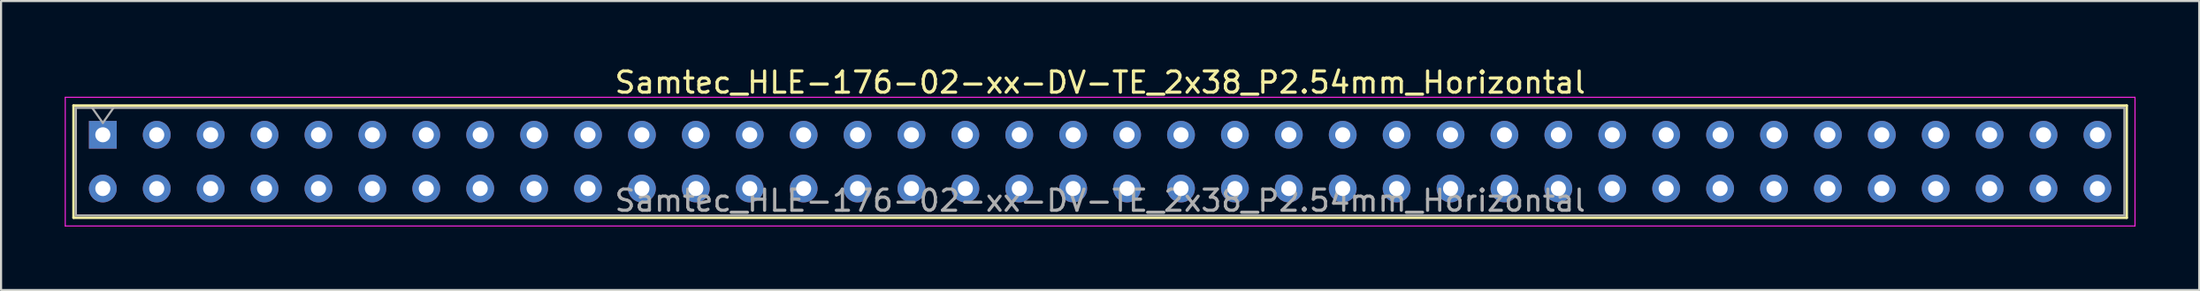
<source format=kicad_pcb>
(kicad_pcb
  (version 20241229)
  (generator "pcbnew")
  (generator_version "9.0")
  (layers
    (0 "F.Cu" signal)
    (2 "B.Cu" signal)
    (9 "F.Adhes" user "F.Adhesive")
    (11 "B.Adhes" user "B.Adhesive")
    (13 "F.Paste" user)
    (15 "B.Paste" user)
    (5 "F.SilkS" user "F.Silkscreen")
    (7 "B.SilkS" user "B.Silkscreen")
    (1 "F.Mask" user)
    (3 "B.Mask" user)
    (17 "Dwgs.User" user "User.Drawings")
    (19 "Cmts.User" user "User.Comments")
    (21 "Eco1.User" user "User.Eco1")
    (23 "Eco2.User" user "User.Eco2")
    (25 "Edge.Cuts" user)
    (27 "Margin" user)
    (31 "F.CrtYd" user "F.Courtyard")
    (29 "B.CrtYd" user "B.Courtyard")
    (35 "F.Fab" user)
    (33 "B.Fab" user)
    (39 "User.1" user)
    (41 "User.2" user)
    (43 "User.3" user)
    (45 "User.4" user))
  (footprint "Samtec_HLE-176-02-xx-DV-TE_2x38_P2.54mm_Horizontal"
    (layer "F.Cu")
    (at 1.795 3.318)
    (property "Reference" "Samtec_HLE-176-02-xx-DV-TE_2x38_P2.54mm_Horizontal" (at 46.99 -2.47 0) (layer "F.SilkS") (effects (font (size 1 1) (thickness 0.15))))
    (attr through_hole)
    (fp_line (start -1.38 -1.38) (end 95.36 -1.38) (stroke (width 0.12) (type solid)) (layer "F.SilkS"))
    (fp_line (start -1.38 3.92) (end -1.38 -1.38) (stroke (width 0.12) (type solid)) (layer "F.SilkS"))
    (fp_line (start 95.36 -1.38) (end 95.36 3.92) (stroke (width 0.12) (type solid)) (layer "F.SilkS"))
    (fp_line (start 95.36 3.92) (end -1.38 3.92) (stroke (width 0.12) (type solid)) (layer "F.SilkS"))
    (fp_line (start -1.77 -1.77) (end 95.75 -1.77) (stroke (width 0.05) (type solid)) (layer "F.CrtYd"))
    (fp_line (start -1.77 4.31) (end -1.77 -1.77) (stroke (width 0.05) (type solid)) (layer "F.CrtYd"))
    (fp_line (start 95.75 -1.77) (end 95.75 4.31) (stroke (width 0.05) (type solid)) (layer "F.CrtYd"))
    (fp_line (start 95.75 4.31) (end -1.77 4.31) (stroke (width 0.05) (type solid)) (layer "F.CrtYd"))
    (fp_line (start -1.27 -1.27) (end 95.25 -1.27) (stroke (width 0.1) (type solid)) (layer "F.Fab"))
    (fp_line (start -1.27 3.81) (end -1.27 -1.27) (stroke (width 0.1) (type solid)) (layer "F.Fab"))
    (fp_line (start -0.5 -1.27) (end 0 -0.563) (stroke (width 0.1) (type solid)) (layer "F.Fab"))
    (fp_line (start 0 -0.563) (end 0.5 -1.27) (stroke (width 0.1) (type solid)) (layer "F.Fab"))
    (fp_line (start 95.25 -1.27) (end 95.25 3.81) (stroke (width 0.1) (type solid)) (layer "F.Fab"))
    (fp_line (start 95.25 3.81) (end -1.27 3.81) (stroke (width 0.1) (type solid)) (layer "F.Fab"))
    (fp_text user "${REFERENCE}" (at 46.99 3.11 0) (layer "F.Fab") (effects (font (size 1 1) (thickness 0.15))))
    (pad "1" thru_hole rect (at 0 0) (size 1.31 1.31) (drill 0.71) (layers "*.Cu" "*.Mask"))
    (pad "2" thru_hole circle (at 0 2.54) (size 1.31 1.31) (drill 0.71) (layers "*.Cu" "*.Mask"))
    (pad "3" thru_hole circle (at 2.54 0) (size 1.31 1.31) (drill 0.71) (layers "*.Cu" "*.Mask"))
    (pad "4" thru_hole circle (at 2.54 2.54) (size 1.31 1.31) (drill 0.71) (layers "*.Cu" "*.Mask"))
    (pad "5" thru_hole circle (at 5.08 0) (size 1.31 1.31) (drill 0.71) (layers "*.Cu" "*.Mask"))
    (pad "6" thru_hole circle (at 5.08 2.54) (size 1.31 1.31) (drill 0.71) (layers "*.Cu" "*.Mask"))
    (pad "7" thru_hole circle (at 7.62 0) (size 1.31 1.31) (drill 0.71) (layers "*.Cu" "*.Mask"))
    (pad "8" thru_hole circle (at 7.62 2.54) (size 1.31 1.31) (drill 0.71) (layers "*.Cu" "*.Mask"))
    (pad "9" thru_hole circle (at 10.16 0) (size 1.31 1.31) (drill 0.71) (layers "*.Cu" "*.Mask"))
    (pad "10" thru_hole circle (at 10.16 2.54) (size 1.31 1.31) (drill 0.71) (layers "*.Cu" "*.Mask"))
    (pad "11" thru_hole circle (at 12.7 0) (size 1.31 1.31) (drill 0.71) (layers "*.Cu" "*.Mask"))
    (pad "12" thru_hole circle (at 12.7 2.54) (size 1.31 1.31) (drill 0.71) (layers "*.Cu" "*.Mask"))
    (pad "13" thru_hole circle (at 15.24 0) (size 1.31 1.31) (drill 0.71) (layers "*.Cu" "*.Mask"))
    (pad "14" thru_hole circle (at 15.24 2.54) (size 1.31 1.31) (drill 0.71) (layers "*.Cu" "*.Mask"))
    (pad "15" thru_hole circle (at 17.78 0) (size 1.31 1.31) (drill 0.71) (layers "*.Cu" "*.Mask"))
    (pad "16" thru_hole circle (at 17.78 2.54) (size 1.31 1.31) (drill 0.71) (layers "*.Cu" "*.Mask"))
    (pad "17" thru_hole circle (at 20.32 0) (size 1.31 1.31) (drill 0.71) (layers "*.Cu" "*.Mask"))
    (pad "18" thru_hole circle (at 20.32 2.54) (size 1.31 1.31) (drill 0.71) (layers "*.Cu" "*.Mask"))
    (pad "19" thru_hole circle (at 22.86 0) (size 1.31 1.31) (drill 0.71) (layers "*.Cu" "*.Mask"))
    (pad "20" thru_hole circle (at 22.86 2.54) (size 1.31 1.31) (drill 0.71) (layers "*.Cu" "*.Mask"))
    (pad "21" thru_hole circle (at 25.4 0) (size 1.31 1.31) (drill 0.71) (layers "*.Cu" "*.Mask"))
    (pad "22" thru_hole circle (at 25.4 2.54) (size 1.31 1.31) (drill 0.71) (layers "*.Cu" "*.Mask"))
    (pad "23" thru_hole circle (at 27.94 0) (size 1.31 1.31) (drill 0.71) (layers "*.Cu" "*.Mask"))
    (pad "24" thru_hole circle (at 27.94 2.54) (size 1.31 1.31) (drill 0.71) (layers "*.Cu" "*.Mask"))
    (pad "25" thru_hole circle (at 30.48 0) (size 1.31 1.31) (drill 0.71) (layers "*.Cu" "*.Mask"))
    (pad "26" thru_hole circle (at 30.48 2.54) (size 1.31 1.31) (drill 0.71) (layers "*.Cu" "*.Mask"))
    (pad "27" thru_hole circle (at 33.02 0) (size 1.31 1.31) (drill 0.71) (layers "*.Cu" "*.Mask"))
    (pad "28" thru_hole circle (at 33.02 2.54) (size 1.31 1.31) (drill 0.71) (layers "*.Cu" "*.Mask"))
    (pad "29" thru_hole circle (at 35.56 0) (size 1.31 1.31) (drill 0.71) (layers "*.Cu" "*.Mask"))
    (pad "30" thru_hole circle (at 35.56 2.54) (size 1.31 1.31) (drill 0.71) (layers "*.Cu" "*.Mask"))
    (pad "31" thru_hole circle (at 38.1 0) (size 1.31 1.31) (drill 0.71) (layers "*.Cu" "*.Mask"))
    (pad "32" thru_hole circle (at 38.1 2.54) (size 1.31 1.31) (drill 0.71) (layers "*.Cu" "*.Mask"))
    (pad "33" thru_hole circle (at 40.64 0) (size 1.31 1.31) (drill 0.71) (layers "*.Cu" "*.Mask"))
    (pad "34" thru_hole circle (at 40.64 2.54) (size 1.31 1.31) (drill 0.71) (layers "*.Cu" "*.Mask"))
    (pad "35" thru_hole circle (at 43.18 0) (size 1.31 1.31) (drill 0.71) (layers "*.Cu" "*.Mask"))
    (pad "36" thru_hole circle (at 43.18 2.54) (size 1.31 1.31) (drill 0.71) (layers "*.Cu" "*.Mask"))
    (pad "37" thru_hole circle (at 45.72 0) (size 1.31 1.31) (drill 0.71) (layers "*.Cu" "*.Mask"))
    (pad "38" thru_hole circle (at 45.72 2.54) (size 1.31 1.31) (drill 0.71) (layers "*.Cu" "*.Mask"))
    (pad "39" thru_hole circle (at 48.26 0) (size 1.31 1.31) (drill 0.71) (layers "*.Cu" "*.Mask"))
    (pad "40" thru_hole circle (at 48.26 2.54) (size 1.31 1.31) (drill 0.71) (layers "*.Cu" "*.Mask"))
    (pad "41" thru_hole circle (at 50.8 0) (size 1.31 1.31) (drill 0.71) (layers "*.Cu" "*.Mask"))
    (pad "42" thru_hole circle (at 50.8 2.54) (size 1.31 1.31) (drill 0.71) (layers "*.Cu" "*.Mask"))
    (pad "43" thru_hole circle (at 53.34 0) (size 1.31 1.31) (drill 0.71) (layers "*.Cu" "*.Mask"))
    (pad "44" thru_hole circle (at 53.34 2.54) (size 1.31 1.31) (drill 0.71) (layers "*.Cu" "*.Mask"))
    (pad "45" thru_hole circle (at 55.88 0) (size 1.31 1.31) (drill 0.71) (layers "*.Cu" "*.Mask"))
    (pad "46" thru_hole circle (at 55.88 2.54) (size 1.31 1.31) (drill 0.71) (layers "*.Cu" "*.Mask"))
    (pad "47" thru_hole circle (at 58.42 0) (size 1.31 1.31) (drill 0.71) (layers "*.Cu" "*.Mask"))
    (pad "48" thru_hole circle (at 58.42 2.54) (size 1.31 1.31) (drill 0.71) (layers "*.Cu" "*.Mask"))
    (pad "49" thru_hole circle (at 60.96 0) (size 1.31 1.31) (drill 0.71) (layers "*.Cu" "*.Mask"))
    (pad "50" thru_hole circle (at 60.96 2.54) (size 1.31 1.31) (drill 0.71) (layers "*.Cu" "*.Mask"))
    (pad "51" thru_hole circle (at 63.5 0) (size 1.31 1.31) (drill 0.71) (layers "*.Cu" "*.Mask"))
    (pad "52" thru_hole circle (at 63.5 2.54) (size 1.31 1.31) (drill 0.71) (layers "*.Cu" "*.Mask"))
    (pad "53" thru_hole circle (at 66.04 0) (size 1.31 1.31) (drill 0.71) (layers "*.Cu" "*.Mask"))
    (pad "54" thru_hole circle (at 66.04 2.54) (size 1.31 1.31) (drill 0.71) (layers "*.Cu" "*.Mask"))
    (pad "55" thru_hole circle (at 68.58 0) (size 1.31 1.31) (drill 0.71) (layers "*.Cu" "*.Mask"))
    (pad "56" thru_hole circle (at 68.58 2.54) (size 1.31 1.31) (drill 0.71) (layers "*.Cu" "*.Mask"))
    (pad "57" thru_hole circle (at 71.12 0) (size 1.31 1.31) (drill 0.71) (layers "*.Cu" "*.Mask"))
    (pad "58" thru_hole circle (at 71.12 2.54) (size 1.31 1.31) (drill 0.71) (layers "*.Cu" "*.Mask"))
    (pad "59" thru_hole circle (at 73.66 0) (size 1.31 1.31) (drill 0.71) (layers "*.Cu" "*.Mask"))
    (pad "60" thru_hole circle (at 73.66 2.54) (size 1.31 1.31) (drill 0.71) (layers "*.Cu" "*.Mask"))
    (pad "61" thru_hole circle (at 76.2 0) (size 1.31 1.31) (drill 0.71) (layers "*.Cu" "*.Mask"))
    (pad "62" thru_hole circle (at 76.2 2.54) (size 1.31 1.31) (drill 0.71) (layers "*.Cu" "*.Mask"))
    (pad "63" thru_hole circle (at 78.74 0) (size 1.31 1.31) (drill 0.71) (layers "*.Cu" "*.Mask"))
    (pad "64" thru_hole circle (at 78.74 2.54) (size 1.31 1.31) (drill 0.71) (layers "*.Cu" "*.Mask"))
    (pad "65" thru_hole circle (at 81.28 0) (size 1.31 1.31) (drill 0.71) (layers "*.Cu" "*.Mask"))
    (pad "66" thru_hole circle (at 81.28 2.54) (size 1.31 1.31) (drill 0.71) (layers "*.Cu" "*.Mask"))
    (pad "67" thru_hole circle (at 83.82 0) (size 1.31 1.31) (drill 0.71) (layers "*.Cu" "*.Mask"))
    (pad "68" thru_hole circle (at 83.82 2.54) (size 1.31 1.31) (drill 0.71) (layers "*.Cu" "*.Mask"))
    (pad "69" thru_hole circle (at 86.36 0) (size 1.31 1.31) (drill 0.71) (layers "*.Cu" "*.Mask"))
    (pad "70" thru_hole circle (at 86.36 2.54) (size 1.31 1.31) (drill 0.71) (layers "*.Cu" "*.Mask"))
    (pad "71" thru_hole circle (at 88.9 0) (size 1.31 1.31) (drill 0.71) (layers "*.Cu" "*.Mask"))
    (pad "72" thru_hole circle (at 88.9 2.54) (size 1.31 1.31) (drill 0.71) (layers "*.Cu" "*.Mask"))
    (pad "73" thru_hole circle (at 91.44 0) (size 1.31 1.31) (drill 0.71) (layers "*.Cu" "*.Mask"))
    (pad "74" thru_hole circle (at 91.44 2.54) (size 1.31 1.31) (drill 0.71) (layers "*.Cu" "*.Mask"))
    (pad "75" thru_hole circle (at 93.98 0) (size 1.31 1.31) (drill 0.71) (layers "*.Cu" "*.Mask"))
    (pad "76" thru_hole circle (at 93.98 2.54) (size 1.31 1.31) (drill 0.71) (layers "*.Cu" "*.Mask")))
  (gr_rect
    (start -3 -3)
    (end 100.57 10.653)
    (stroke (width 0.1) (type default))
    (fill no)
    (layer "Edge.Cuts")))
</source>
